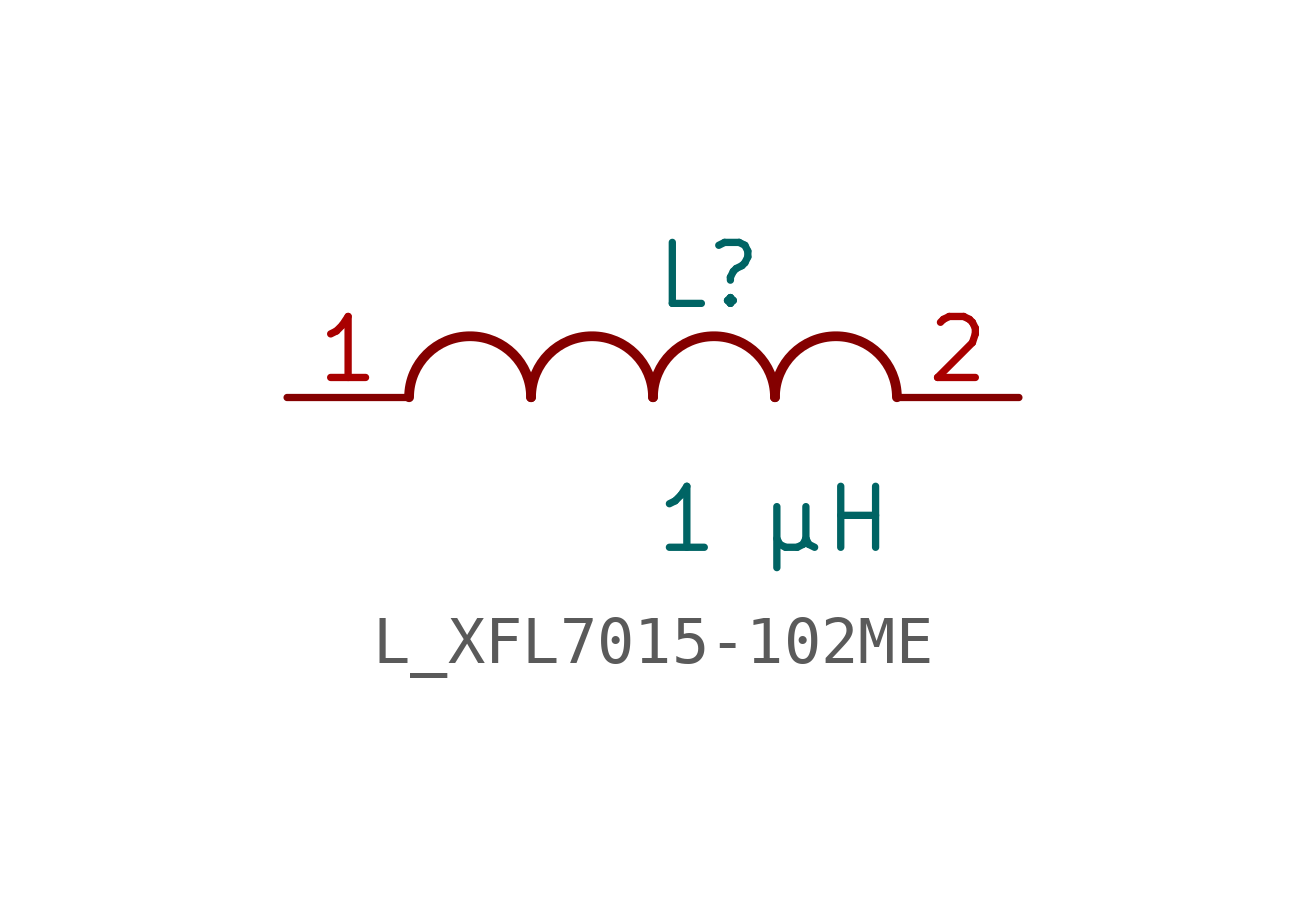
<source format=kicad_sym>
(kicad_symbol_lib
  (version 20231120)
  (generator kicad_symbol_editor)
  (generator_version 8.0)
  (symbol "L_XFL7015-102ME"
    (pin_names
      (offset 0.254))
    (property "Reference" "L"
      (at 0 2.54 0)
      (effects (font (size 1.27 1.27)) (justify left)))
    (property "Value" "1 µH"
      (at 0 -2.54 0)
      (effects (font (size 1.27 1.27)) (justify left)))
    (symbol "L_XFL7015-102ME_1_1"
      (arc (start -2.54 0.0056) (mid -3.81 1.27) (end -5.08 0.0056) (stroke (width 0.2032) (type default)) (fill (type none)))
      (arc (start 0 0.0056) (mid -1.27 1.27) (end -2.54 0.0056) (stroke (width 0.2032) (type default)) (fill (type none)))
      (arc (start 2.54 0.0056) (mid 1.27 1.27) (end 0 0.0056) (stroke (width 0.2032) (type default)) (fill (type none)))
      (arc (start 5.08 0.0056) (mid 3.81 1.27) (end 2.54 0.0056) (stroke (width 0.2032) (type default)) (fill (type none)))
      (pin unspecified line (at -7.62 0 0) (length 2.54) (name "" (effects (font (size 1.27 1.27)))) (number "1" (effects (font (size 1.27 1.27)))))
      (pin unspecified line (at 7.62 0 180) (length 2.54) (name "" (effects (font (size 1.27 1.27)))) (number "2" (effects (font (size 1.27 1.27))))))))
</source>
